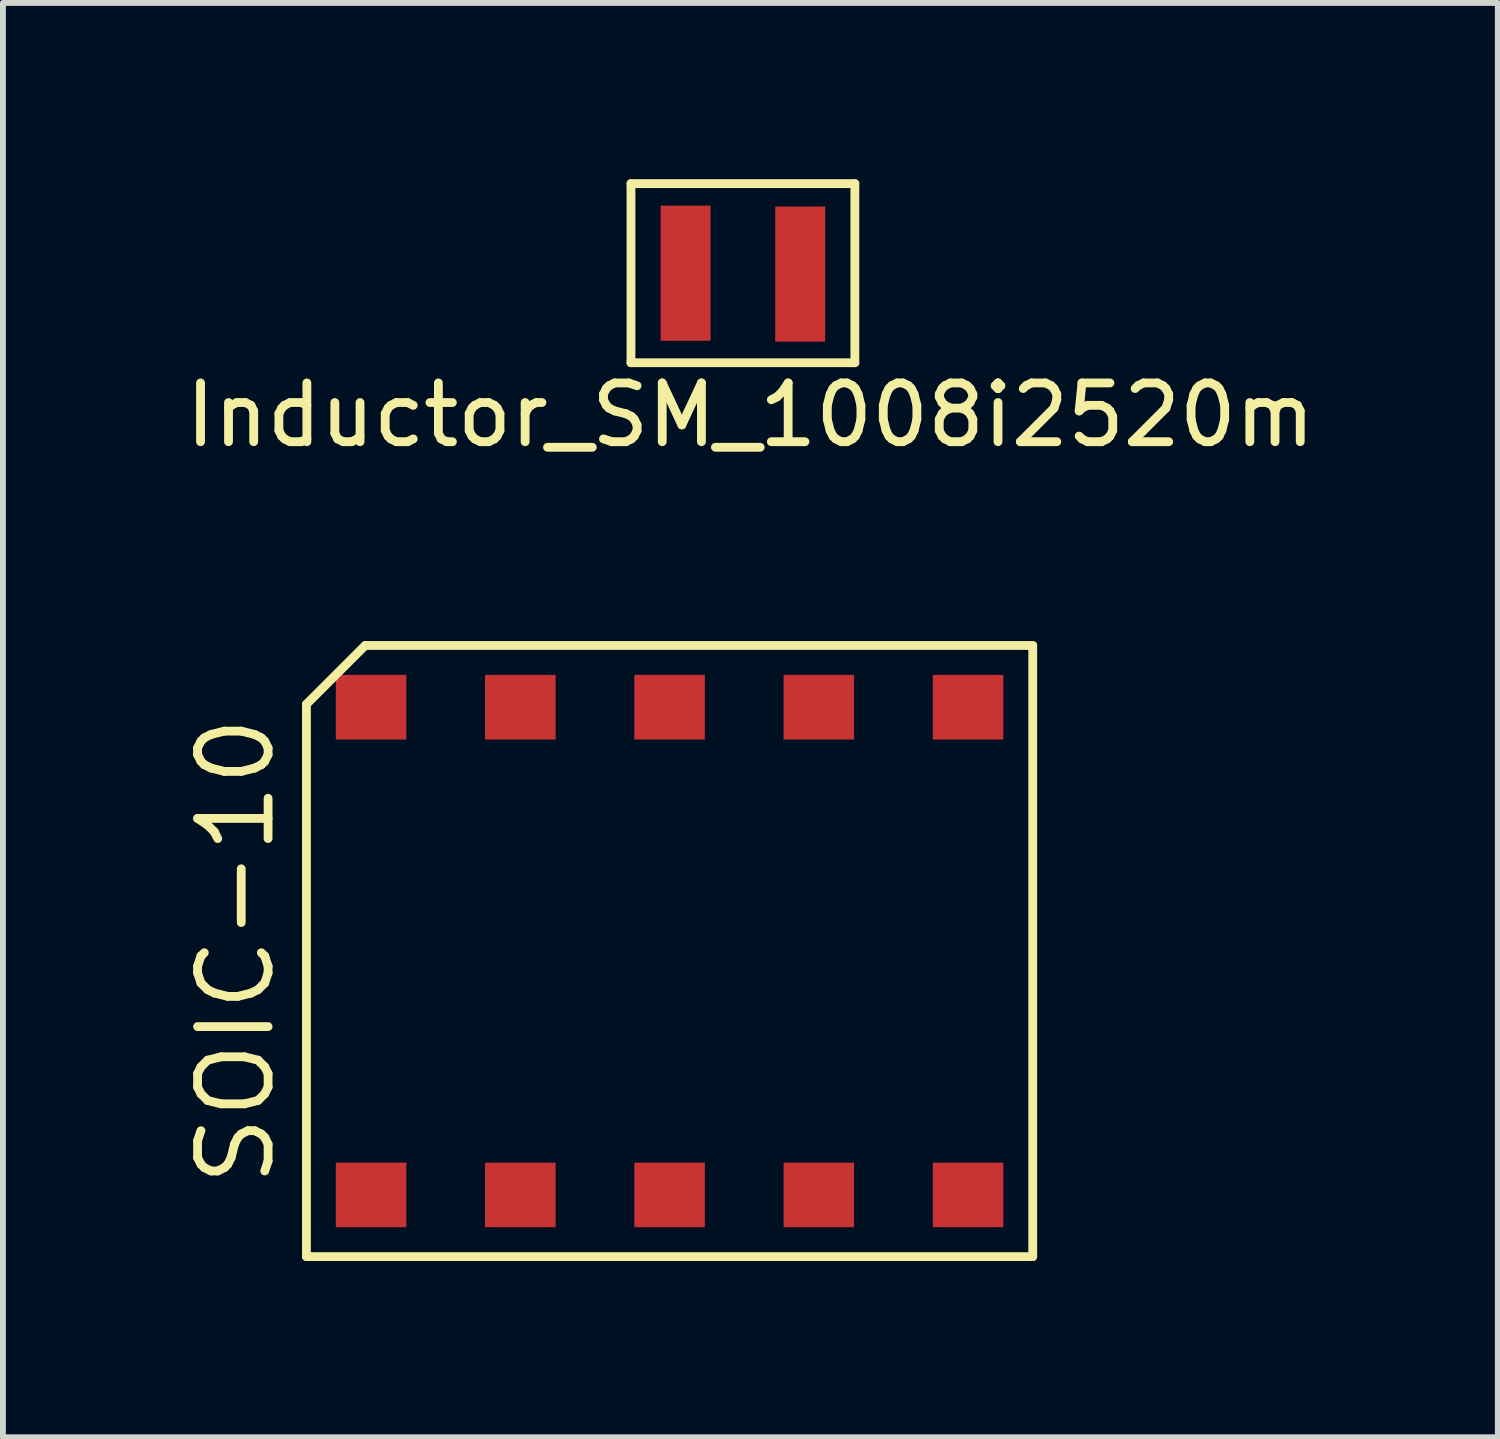
<source format=kicad_pcb>
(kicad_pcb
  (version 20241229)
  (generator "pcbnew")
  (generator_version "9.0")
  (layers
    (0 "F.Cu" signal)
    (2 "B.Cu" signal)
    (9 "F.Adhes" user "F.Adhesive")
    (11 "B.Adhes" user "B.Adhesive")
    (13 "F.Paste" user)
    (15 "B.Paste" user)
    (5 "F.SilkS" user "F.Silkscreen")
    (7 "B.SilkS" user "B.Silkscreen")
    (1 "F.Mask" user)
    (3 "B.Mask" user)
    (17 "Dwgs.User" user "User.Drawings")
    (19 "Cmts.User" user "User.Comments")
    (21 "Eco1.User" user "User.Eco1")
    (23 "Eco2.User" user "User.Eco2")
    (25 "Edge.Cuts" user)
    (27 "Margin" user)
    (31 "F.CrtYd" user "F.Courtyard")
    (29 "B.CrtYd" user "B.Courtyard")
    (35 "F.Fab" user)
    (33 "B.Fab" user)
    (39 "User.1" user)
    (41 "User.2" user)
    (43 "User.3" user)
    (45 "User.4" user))
  (footprint "Inductor_SM_1008i2520m"
    (layer "F.Cu")
    (at 9.593 1.599)
    (property "Reference" "Inductor_SM_1008i2520m" (at 0.127 2.413 0) (layer "F.SilkS") (effects (font (size 1 1) (thickness 0.15))))
    (attr through_hole)
    (fp_line (start -1.905 -1.524) (end 1.905 -1.524) (stroke (width 0.15) (type solid)) (layer "F.SilkS"))
    (fp_line (start -1.905 1.524) (end -1.905 -1.524) (stroke (width 0.15) (type solid)) (layer "F.SilkS"))
    (fp_line (start -1.905 1.524) (end 1.905 1.524) (stroke (width 0.15) (type solid)) (layer "F.SilkS"))
    (fp_line (start 1.905 -1.524) (end 1.905 1.524) (stroke (width 0.15) (type solid)) (layer "F.SilkS"))
    (pad "1" smd rect (at -0.975 0) (size 0.85 2.3) (layers "F.Cu" "F.Mask" "F.Paste"))
    (pad "2" smd rect (at 0.975 0.015) (size 0.85 2.3) (layers "F.Cu" "F.Mask" "F.Paste")))
  (footprint "SOIC-10"
    (layer "F.Cu")
    (at 8.345 13.135)
    (property "Reference" "SOIC-10" (at -7.38 0 90) (layer "F.SilkS") (effects (font (size 1.2 1.2) (thickness 0.15))))
    (attr through_hole)
    (fp_line (start -6.18 -4.2) (end -6.18 5.2) (stroke (width 0.15) (type solid)) (layer "F.SilkS"))
    (fp_line (start -6.18 5.2) (end 6.18 5.2) (stroke (width 0.15) (type solid)) (layer "F.SilkS"))
    (fp_line (start -5.18 -5.2) (end -6.18 -4.2) (stroke (width 0.15) (type solid)) (layer "F.SilkS"))
    (fp_line (start 6.18 -5.2) (end -5.18 -5.2) (stroke (width 0.15) (type solid)) (layer "F.SilkS"))
    (fp_line (start 6.18 5.2) (end 6.18 -5.2) (stroke (width 0.15) (type solid)) (layer "F.SilkS"))
    (pad "1" smd rect (at -5.08 4.15) (size 1.2 1.1) (layers "F.Cu" "F.Mask" "F.Paste"))
    (pad "2" smd rect (at -2.54 4.15) (size 1.2 1.1) (layers "F.Cu" "F.Mask" "F.Paste"))
    (pad "3" smd rect (at 0 4.15) (size 1.2 1.1) (layers "F.Cu" "F.Mask" "F.Paste"))
    (pad "4" smd rect (at 2.54 4.15) (size 1.2 1.1) (layers "F.Cu" "F.Mask" "F.Paste"))
    (pad "5" smd rect (at 5.08 4.15) (size 1.2 1.1) (layers "F.Cu" "F.Mask" "F.Paste"))
    (pad "6" smd rect (at 5.08 -4.15) (size 1.2 1.1) (layers "F.Cu" "F.Mask" "F.Paste"))
    (pad "7" smd rect (at 2.54 -4.15) (size 1.2 1.1) (layers "F.Cu" "F.Mask" "F.Paste"))
    (pad "8" smd rect (at 0 -4.15) (size 1.2 1.1) (layers "F.Cu" "F.Mask" "F.Paste"))
    (pad "9" smd rect (at -2.54 -4.15) (size 1.2 1.1) (layers "F.Cu" "F.Mask" "F.Paste"))
    (pad "10" smd rect (at -5.08 -4.15) (size 1.2 1.1) (layers "F.Cu" "F.Mask" "F.Paste")))
  (gr_rect
    (start -3 -3)
    (end 22.44 21.41)
    (stroke (width 0.1) (type default))
    (fill no)
    (layer "Edge.Cuts")))
</source>
